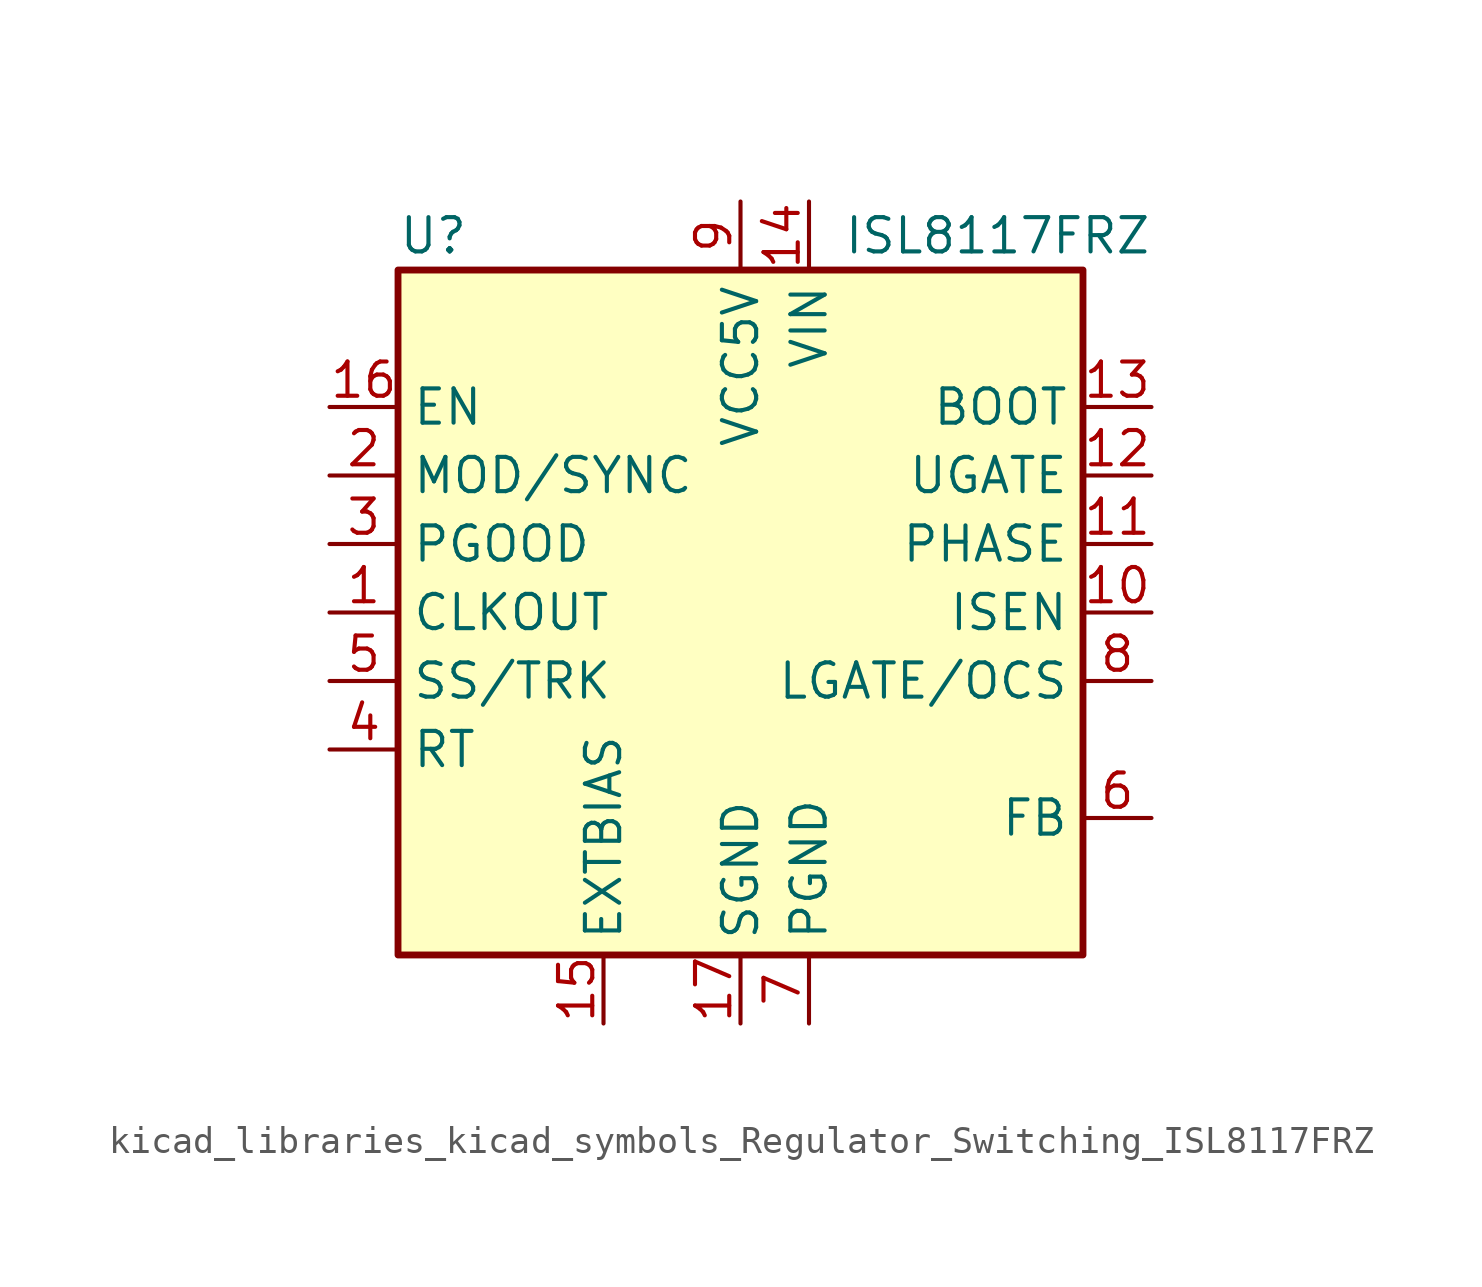
<source format=kicad_sym>
(kicad_symbol_lib
  (version 20220914)
  (generator kicad_symbol_editor)
  (symbol "kicad_libraries_kicad_symbols_Regulator_Switching_ISL8117FRZ"
    (property "Reference" "U"
      (at -12.7 13.97 0)
      (effects (font (size 1.27 1.27)) (justify left)))
    (property "Value" "ISL8117FRZ"
      (at 3.81 13.97 0)
      (effects (font (size 1.27 1.27)) (justify left)))
    (symbol "kicad_libraries_kicad_symbols_Regulator_Switching_ISL8117FRZ_0_1"
      (rectangle (start -12.7 12.7) (end 12.7 -12.7) (stroke (width 0.254) (type default)) (fill (type background))))
    (symbol "kicad_libraries_kicad_symbols_Regulator_Switching_ISL8117FRZ_1_1"
      (pin input line (at -15.24 0 0) (length 2.54) (name "CLKOUT" (effects (font (size 1.27 1.27)))) (number "1" (effects (font (size 1.27 1.27)))))
      (pin input line (at 15.24 0 180) (length 2.54) (name "ISEN" (effects (font (size 1.27 1.27)))) (number "10" (effects (font (size 1.27 1.27)))))
      (pin input line (at 15.24 2.54 180) (length 2.54) (name "PHASE" (effects (font (size 1.27 1.27)))) (number "11" (effects (font (size 1.27 1.27)))))
      (pin output line (at 15.24 5.08 180) (length 2.54) (name "UGATE" (effects (font (size 1.27 1.27)))) (number "12" (effects (font (size 1.27 1.27)))))
      (pin input line (at 15.24 7.62 180) (length 2.54) (name "BOOT" (effects (font (size 1.27 1.27)))) (number "13" (effects (font (size 1.27 1.27)))))
      (pin power_in line (at 2.54 15.24 270) (length 2.54) (name "VIN" (effects (font (size 1.27 1.27)))) (number "14" (effects (font (size 1.27 1.27)))))
      (pin input line (at -5.08 -15.24 90) (length 2.54) (name "EXTBIAS" (effects (font (size 1.27 1.27)))) (number "15" (effects (font (size 1.27 1.27)))))
      (pin input line (at -15.24 7.62 0) (length 2.54) (name "EN" (effects (font (size 1.27 1.27)))) (number "16" (effects (font (size 1.27 1.27)))))
      (pin power_in line (at 0 -15.24 90) (length 2.54) (name "SGND" (effects (font (size 1.27 1.27)))) (number "17" (effects (font (size 1.27 1.27)))))
      (pin input line (at -15.24 5.08 0) (length 2.54) (name "MOD/SYNC" (effects (font (size 1.27 1.27)))) (number "2" (effects (font (size 1.27 1.27)))))
      (pin input line (at -15.24 2.54 0) (length 2.54) (name "PGOOD" (effects (font (size 1.27 1.27)))) (number "3" (effects (font (size 1.27 1.27)))))
      (pin input line (at -15.24 -5.08 0) (length 2.54) (name "RT" (effects (font (size 1.27 1.27)))) (number "4" (effects (font (size 1.27 1.27)))))
      (pin input line (at -15.24 -2.54 0) (length 2.54) (name "SS/TRK" (effects (font (size 1.27 1.27)))) (number "5" (effects (font (size 1.27 1.27)))))
      (pin input line (at 15.24 -7.62 180) (length 2.54) (name "FB" (effects (font (size 1.27 1.27)))) (number "6" (effects (font (size 1.27 1.27)))))
      (pin power_in line (at 2.54 -15.24 90) (length 2.54) (name "PGND" (effects (font (size 1.27 1.27)))) (number "7" (effects (font (size 1.27 1.27)))))
      (pin input line (at 15.24 -2.54 180) (length 2.54) (name "LGATE/OCS" (effects (font (size 1.27 1.27)))) (number "8" (effects (font (size 1.27 1.27)))))
      (pin power_in line (at 0 15.24 270) (length 2.54) (name "VCC5V" (effects (font (size 1.27 1.27)))) (number "9" (effects (font (size 1.27 1.27))))))))
</source>
